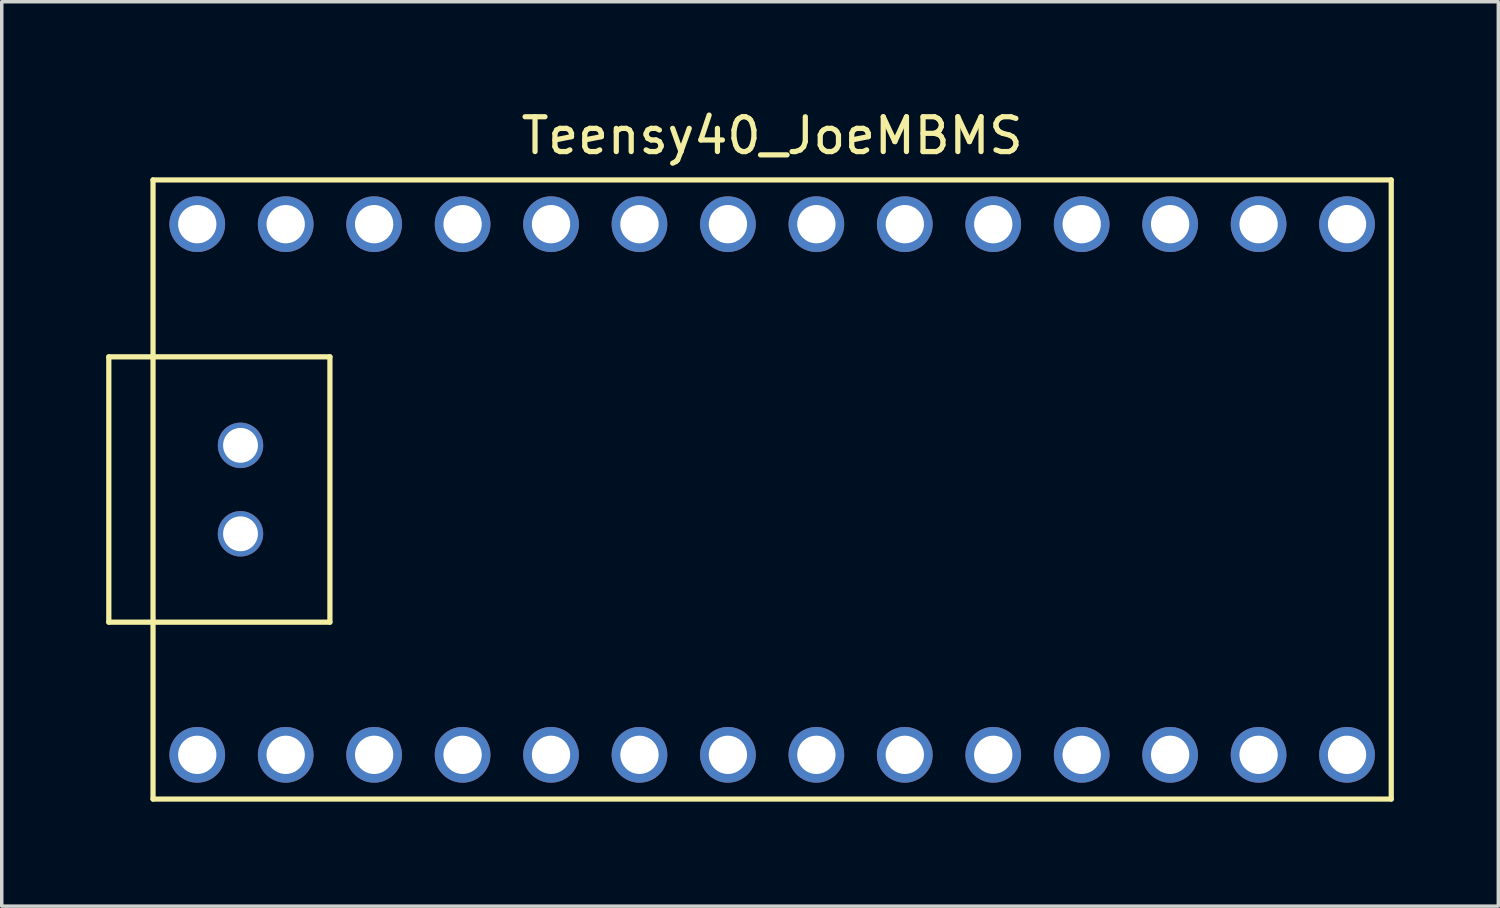
<source format=kicad_pcb>
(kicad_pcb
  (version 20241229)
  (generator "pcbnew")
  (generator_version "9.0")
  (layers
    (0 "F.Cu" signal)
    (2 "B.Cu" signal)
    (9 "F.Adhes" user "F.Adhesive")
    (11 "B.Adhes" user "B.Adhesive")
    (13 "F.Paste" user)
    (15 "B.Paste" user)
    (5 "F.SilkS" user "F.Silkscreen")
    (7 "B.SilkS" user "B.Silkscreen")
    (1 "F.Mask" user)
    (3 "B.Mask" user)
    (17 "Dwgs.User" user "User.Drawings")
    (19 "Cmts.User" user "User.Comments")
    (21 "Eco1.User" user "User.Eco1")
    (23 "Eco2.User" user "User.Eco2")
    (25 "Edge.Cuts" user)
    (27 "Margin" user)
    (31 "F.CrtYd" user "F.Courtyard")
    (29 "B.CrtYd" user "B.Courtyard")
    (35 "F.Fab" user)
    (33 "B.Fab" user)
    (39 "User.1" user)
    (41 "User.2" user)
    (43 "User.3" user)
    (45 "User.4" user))
  (footprint "Teensy40_JoeMBMS"
    (layer "F.Cu")
    (at 19.125 11.008)
    (property "Reference" "Teensy40_JoeMBMS" (at 0 -10.16 0) (layer "F.SilkS") (effects (font (size 1 1) (thickness 0.15))))
    (attr through_hole)
    (fp_line (start -19.05 -3.81) (end -17.78 -3.81) (stroke (width 0.15) (type solid)) (layer "F.SilkS"))
    (fp_line (start -19.05 3.81) (end -19.05 -3.81) (stroke (width 0.15) (type solid)) (layer "F.SilkS"))
    (fp_line (start -17.78 -8.89) (end 17.78 -8.89) (stroke (width 0.15) (type solid)) (layer "F.SilkS"))
    (fp_line (start -17.78 3.81) (end -19.05 3.81) (stroke (width 0.15) (type solid)) (layer "F.SilkS"))
    (fp_line (start -17.78 8.89) (end -17.78 -8.89) (stroke (width 0.15) (type solid)) (layer "F.SilkS"))
    (fp_line (start -12.7 -3.81) (end -17.78 -3.81) (stroke (width 0.15) (type solid)) (layer "F.SilkS"))
    (fp_line (start -12.7 3.81) (end -17.78 3.81) (stroke (width 0.15) (type solid)) (layer "F.SilkS"))
    (fp_line (start -12.7 3.81) (end -12.7 -3.81) (stroke (width 0.15) (type solid)) (layer "F.SilkS"))
    (fp_line (start 17.78 -8.89) (end 17.78 8.89) (stroke (width 0.15) (type solid)) (layer "F.SilkS"))
    (fp_line (start 17.78 8.89) (end -17.78 8.89) (stroke (width 0.15) (type solid)) (layer "F.SilkS"))
    (fp_poly (pts (xy -17.3 -0.76) (xy -14.76 -0.76) (xy -14.76 -1.776) (xy -17.3 -1.776)) (stroke (width 0.1) (type solid)) (fill no) (layer "Eco1.User"))
    (fp_poly (pts (xy -17.3 1.78) (xy -14.76 1.78) (xy -14.76 0.764) (xy -17.3 0.764)) (stroke (width 0.1) (type solid)) (fill no) (layer "Eco1.User"))
    (pad "1" thru_hole circle (at -16.51 7.62) (size 1.6 1.6) (drill 1.1) (layers "*.Cu" "*.Mask"))
    (pad "2" thru_hole circle (at -13.97 7.62) (size 1.6 1.6) (drill 1.1) (layers "*.Cu" "*.Mask"))
    (pad "3" thru_hole circle (at -11.43 7.62) (size 1.6 1.6) (drill 1.1) (layers "*.Cu" "*.Mask"))
    (pad "4" thru_hole circle (at -8.89 7.62) (size 1.6 1.6) (drill 1.1) (layers "*.Cu" "*.Mask"))
    (pad "5" thru_hole circle (at -6.35 7.62) (size 1.6 1.6) (drill 1.1) (layers "*.Cu" "*.Mask"))
    (pad "6" thru_hole circle (at -3.81 7.62) (size 1.6 1.6) (drill 1.1) (layers "*.Cu" "*.Mask"))
    (pad "7" thru_hole circle (at -1.27 7.62) (size 1.6 1.6) (drill 1.1) (layers "*.Cu" "*.Mask"))
    (pad "8" thru_hole circle (at 1.27 7.62) (size 1.6 1.6) (drill 1.1) (layers "*.Cu" "*.Mask"))
    (pad "9" thru_hole circle (at 3.81 7.62) (size 1.6 1.6) (drill 1.1) (layers "*.Cu" "*.Mask"))
    (pad "10" thru_hole circle (at 6.35 7.62) (size 1.6 1.6) (drill 1.1) (layers "*.Cu" "*.Mask"))
    (pad "11" thru_hole circle (at 8.89 7.62) (size 1.6 1.6) (drill 1.1) (layers "*.Cu" "*.Mask"))
    (pad "12" thru_hole circle (at 11.43 7.62) (size 1.6 1.6) (drill 1.1) (layers "*.Cu" "*.Mask"))
    (pad "13" thru_hole circle (at 13.97 7.62) (size 1.6 1.6) (drill 1.1) (layers "*.Cu" "*.Mask"))
    (pad "14" thru_hole circle (at 16.51 7.62) (size 1.6 1.6) (drill 1.1) (layers "*.Cu" "*.Mask"))
    (pad "20" thru_hole circle (at 16.51 -7.62) (size 1.6 1.6) (drill 1.1) (layers "*.Cu" "*.Mask"))
    (pad "21" thru_hole circle (at 13.97 -7.62) (size 1.6 1.6) (drill 1.1) (layers "*.Cu" "*.Mask"))
    (pad "22" thru_hole circle (at 11.43 -7.62) (size 1.6 1.6) (drill 1.1) (layers "*.Cu" "*.Mask"))
    (pad "23" thru_hole circle (at 8.89 -7.62) (size 1.6 1.6) (drill 1.1) (layers "*.Cu" "*.Mask"))
    (pad "24" thru_hole circle (at 6.35 -7.62) (size 1.6 1.6) (drill 1.1) (layers "*.Cu" "*.Mask"))
    (pad "25" thru_hole circle (at 3.81 -7.62) (size 1.6 1.6) (drill 1.1) (layers "*.Cu" "*.Mask"))
    (pad "26" thru_hole circle (at 1.27 -7.62) (size 1.6 1.6) (drill 1.1) (layers "*.Cu" "*.Mask"))
    (pad "27" thru_hole circle (at -1.27 -7.62) (size 1.6 1.6) (drill 1.1) (layers "*.Cu" "*.Mask"))
    (pad "28" thru_hole circle (at -3.81 -7.62) (size 1.6 1.6) (drill 1.1) (layers "*.Cu" "*.Mask"))
    (pad "29" thru_hole circle (at -6.35 -7.62) (size 1.6 1.6) (drill 1.1) (layers "*.Cu" "*.Mask"))
    (pad "30" thru_hole circle (at -8.89 -7.62) (size 1.6 1.6) (drill 1.1) (layers "*.Cu" "*.Mask"))
    (pad "31" thru_hole circle (at -11.43 -7.62) (size 1.6 1.6) (drill 1.1) (layers "*.Cu" "*.Mask"))
    (pad "32" thru_hole circle (at -13.97 -7.62) (size 1.6 1.6) (drill 1.1) (layers "*.Cu" "*.Mask"))
    (pad "33" thru_hole circle (at -16.51 -7.62) (size 1.6 1.6) (drill 1.1) (layers "*.Cu" "*.Mask"))
    (pad "53" thru_hole circle (at -15.268 -1.268) (size 1.304 1.304) (drill 1) (layers "*.Cu" "*.Mask"))
    (pad "54" thru_hole circle (at -15.268 1.272) (size 1.304 1.304) (drill 1) (layers "*.Cu" "*.Mask")))
  (gr_rect
    (start -3 -3)
    (end 39.98 22.973)
    (stroke (width 0.1) (type default))
    (fill no)
    (layer "Edge.Cuts")))
</source>
